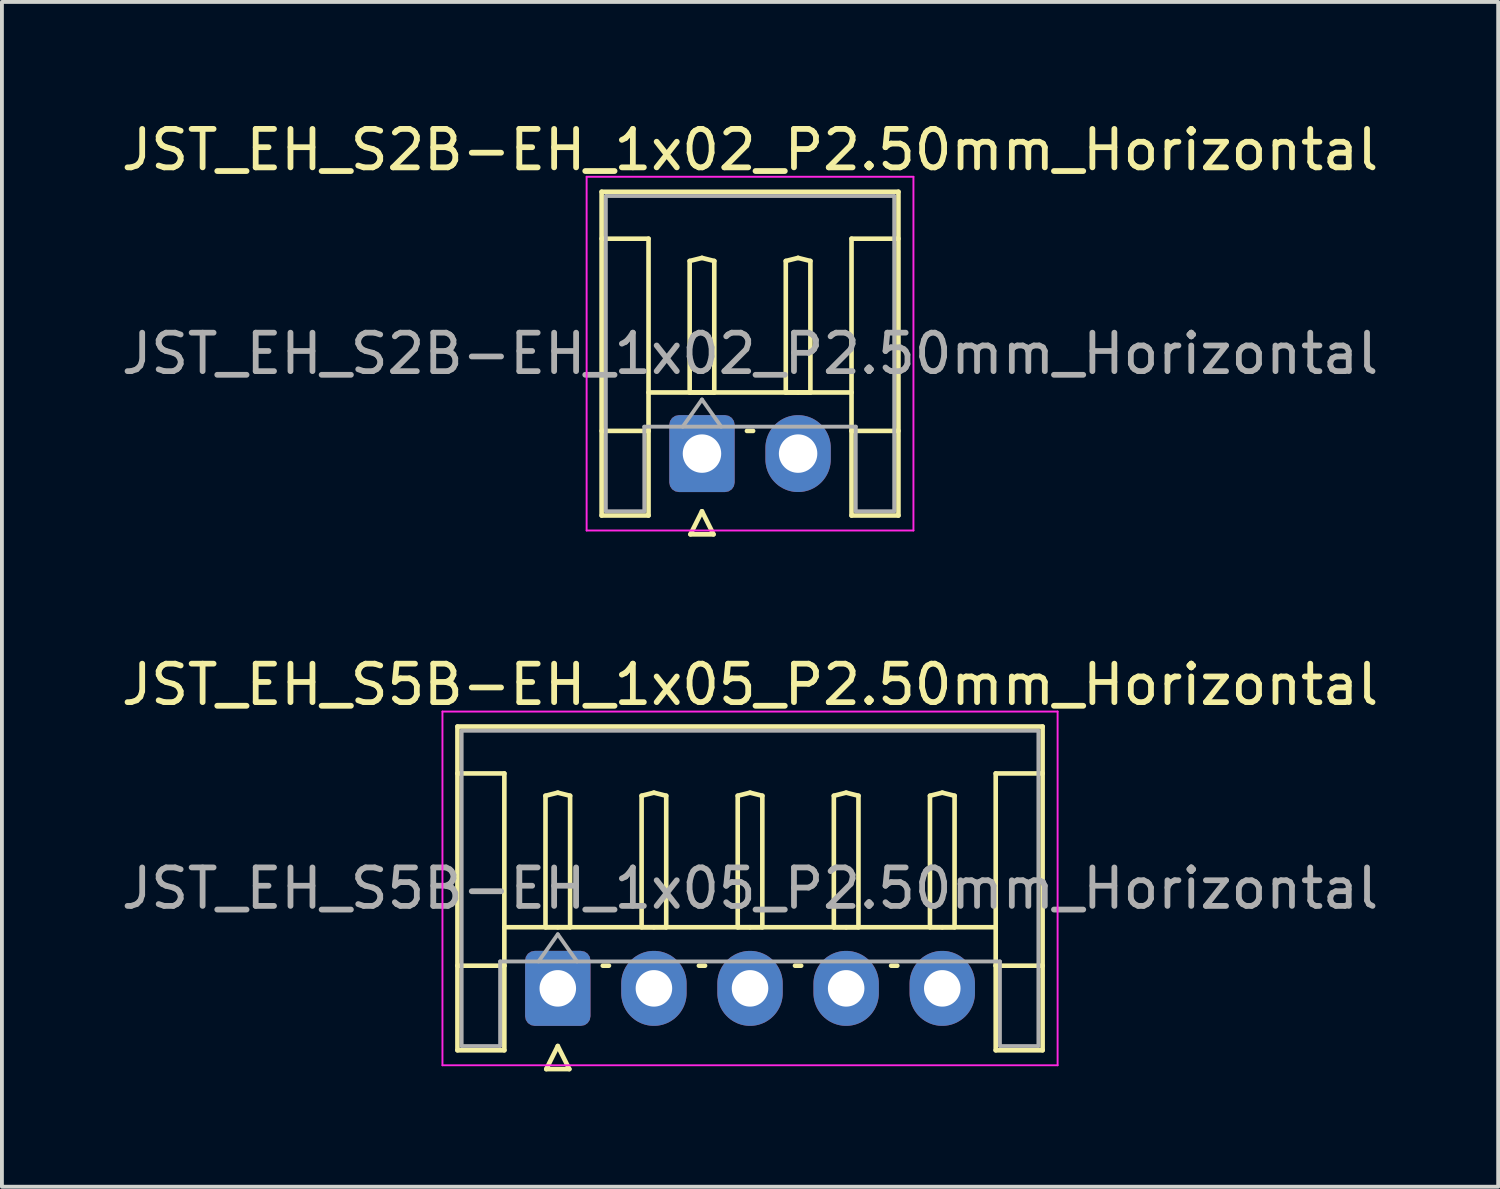
<source format=kicad_pcb>
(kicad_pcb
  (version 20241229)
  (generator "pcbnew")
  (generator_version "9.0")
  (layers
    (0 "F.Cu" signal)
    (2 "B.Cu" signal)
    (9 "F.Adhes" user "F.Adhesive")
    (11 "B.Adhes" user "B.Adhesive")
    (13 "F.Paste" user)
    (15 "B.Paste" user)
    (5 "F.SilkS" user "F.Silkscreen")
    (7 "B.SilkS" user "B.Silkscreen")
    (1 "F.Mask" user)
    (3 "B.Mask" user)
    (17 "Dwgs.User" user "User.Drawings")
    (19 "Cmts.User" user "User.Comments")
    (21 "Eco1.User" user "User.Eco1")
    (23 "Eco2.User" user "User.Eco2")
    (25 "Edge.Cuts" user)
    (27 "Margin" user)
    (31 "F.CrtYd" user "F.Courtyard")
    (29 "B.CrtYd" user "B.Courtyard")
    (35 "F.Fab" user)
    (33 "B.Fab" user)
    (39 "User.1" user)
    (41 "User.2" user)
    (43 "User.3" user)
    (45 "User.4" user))
  (footprint "JST_EH_S2B-EH_1x02_P2.50mm_Horizontal"
    (layer "F.Cu")
    (at 15.208 8.748)
    (property "Reference" "JST_EH_S2B-EH_1x02_P2.50mm_Horizontal" (at 1.25 -7.9 0) (layer "F.SilkS") (effects (font (size 1 1) (thickness 0.15))))
    (attr through_hole)
    (fp_line (start -2.61 -6.81) (end 5.11 -6.81) (stroke (width 0.12) (type solid)) (layer "F.SilkS"))
    (fp_line (start -2.61 -5.59) (end -1.39 -5.59) (stroke (width 0.12) (type solid)) (layer "F.SilkS"))
    (fp_line (start -2.61 1.61) (end -2.61 -6.81) (stroke (width 0.12) (type solid)) (layer "F.SilkS"))
    (fp_line (start -1.39 -5.59) (end -1.39 -0.59) (stroke (width 0.12) (type solid)) (layer "F.SilkS"))
    (fp_line (start -1.39 -1.59) (end 3.89 -1.59) (stroke (width 0.12) (type solid)) (layer "F.SilkS"))
    (fp_line (start -1.39 -0.59) (end -2.61 -0.59) (stroke (width 0.12) (type solid)) (layer "F.SilkS"))
    (fp_line (start -1.39 -0.59) (end -1.39 1.61) (stroke (width 0.12) (type solid)) (layer "F.SilkS"))
    (fp_line (start -1.39 1.61) (end -2.61 1.61) (stroke (width 0.12) (type solid)) (layer "F.SilkS"))
    (fp_line (start -0.32 -5.01) (end 0 -5.09) (stroke (width 0.12) (type solid)) (layer "F.SilkS"))
    (fp_line (start -0.32 -1.59) (end -0.32 -5.01) (stroke (width 0.12) (type solid)) (layer "F.SilkS"))
    (fp_line (start -0.3 2.1) (end 0.3 2.1) (stroke (width 0.12) (type solid)) (layer "F.SilkS"))
    (fp_line (start 0 -5.09) (end 0.32 -5.01) (stroke (width 0.12) (type solid)) (layer "F.SilkS"))
    (fp_line (start 0 -1.59) (end -0.32 -1.59) (stroke (width 0.12) (type solid)) (layer "F.SilkS"))
    (fp_line (start 0 1.5) (end -0.3 2.1) (stroke (width 0.12) (type solid)) (layer "F.SilkS"))
    (fp_line (start 0.3 2.1) (end 0 1.5) (stroke (width 0.12) (type solid)) (layer "F.SilkS"))
    (fp_line (start 0.32 -5.01) (end 0.32 -1.59) (stroke (width 0.12) (type solid)) (layer "F.SilkS"))
    (fp_line (start 0.32 -1.59) (end 0 -1.59) (stroke (width 0.12) (type solid)) (layer "F.SilkS"))
    (fp_line (start 1.17 -0.59) (end 1.33 -0.59) (stroke (width 0.12) (type solid)) (layer "F.SilkS"))
    (fp_line (start 2.18 -5.01) (end 2.5 -5.09) (stroke (width 0.12) (type solid)) (layer "F.SilkS"))
    (fp_line (start 2.18 -1.59) (end 2.18 -5.01) (stroke (width 0.12) (type solid)) (layer "F.SilkS"))
    (fp_line (start 2.5 -5.09) (end 2.82 -5.01) (stroke (width 0.12) (type solid)) (layer "F.SilkS"))
    (fp_line (start 2.5 -1.59) (end 2.18 -1.59) (stroke (width 0.12) (type solid)) (layer "F.SilkS"))
    (fp_line (start 2.82 -5.01) (end 2.82 -1.59) (stroke (width 0.12) (type solid)) (layer "F.SilkS"))
    (fp_line (start 2.82 -1.59) (end 2.5 -1.59) (stroke (width 0.12) (type solid)) (layer "F.SilkS"))
    (fp_line (start 3.89 -5.59) (end 3.89 -0.59) (stroke (width 0.12) (type solid)) (layer "F.SilkS"))
    (fp_line (start 3.89 -0.59) (end 5.11 -0.59) (stroke (width 0.12) (type solid)) (layer "F.SilkS"))
    (fp_line (start 3.89 1.61) (end 3.89 -0.59) (stroke (width 0.12) (type solid)) (layer "F.SilkS"))
    (fp_line (start 5.11 -6.81) (end 5.11 1.61) (stroke (width 0.12) (type solid)) (layer "F.SilkS"))
    (fp_line (start 5.11 -5.59) (end 3.89 -5.59) (stroke (width 0.12) (type solid)) (layer "F.SilkS"))
    (fp_line (start 5.11 1.61) (end 3.89 1.61) (stroke (width 0.12) (type solid)) (layer "F.SilkS"))
    (fp_line (start -3 -7.2) (end -3 2) (stroke (width 0.05) (type solid)) (layer "F.CrtYd"))
    (fp_line (start -3 2) (end 5.5 2) (stroke (width 0.05) (type solid)) (layer "F.CrtYd"))
    (fp_line (start 5.5 -7.2) (end -3 -7.2) (stroke (width 0.05) (type solid)) (layer "F.CrtYd"))
    (fp_line (start 5.5 2) (end 5.5 -7.2) (stroke (width 0.05) (type solid)) (layer "F.CrtYd"))
    (fp_line (start -2.5 -6.7) (end 5 -6.7) (stroke (width 0.1) (type solid)) (layer "F.Fab"))
    (fp_line (start -2.5 1.5) (end -2.5 -6.7) (stroke (width 0.1) (type solid)) (layer "F.Fab"))
    (fp_line (start -1.5 -0.7) (end -1.5 1.5) (stroke (width 0.1) (type solid)) (layer "F.Fab"))
    (fp_line (start -1.5 1.5) (end -2.5 1.5) (stroke (width 0.1) (type solid)) (layer "F.Fab"))
    (fp_line (start -0.5 -0.7) (end 0 -1.407) (stroke (width 0.1) (type solid)) (layer "F.Fab"))
    (fp_line (start 0 -1.407) (end 0.5 -0.7) (stroke (width 0.1) (type solid)) (layer "F.Fab"))
    (fp_line (start 4 -0.7) (end -1.5 -0.7) (stroke (width 0.1) (type solid)) (layer "F.Fab"))
    (fp_line (start 4 1.5) (end 4 -0.7) (stroke (width 0.1) (type solid)) (layer "F.Fab"))
    (fp_line (start 5 -6.7) (end 5 1.5) (stroke (width 0.1) (type solid)) (layer "F.Fab"))
    (fp_line (start 5 1.5) (end 4 1.5) (stroke (width 0.1) (type solid)) (layer "F.Fab"))
    (fp_text user "${REFERENCE}" (at 1.25 -2.6 0) (layer "F.Fab") (effects (font (size 1 1) (thickness 0.15))))
    (pad "1" thru_hole roundrect (at 0 0) (size 1.7 2) (drill 1) (layers "*.Cu" "*.Mask") (roundrect_rratio 0.147))
    (pad "2" thru_hole oval (at 2.5 0) (size 1.7 2) (drill 1) (layers "*.Cu" "*.Mask")))
  (footprint "JST_EH_S5B-EH_1x05_P2.50mm_Horizontal"
    (layer "F.Cu")
    (at 11.458 22.657)
    (property "Reference" "JST_EH_S5B-EH_1x05_P2.50mm_Horizontal" (at 5 -7.9 0) (layer "F.SilkS") (effects (font (size 1 1) (thickness 0.15))))
    (attr through_hole)
    (fp_line (start -2.61 -6.81) (end 12.61 -6.81) (stroke (width 0.12) (type solid)) (layer "F.SilkS"))
    (fp_line (start -2.61 -5.59) (end -1.39 -5.59) (stroke (width 0.12) (type solid)) (layer "F.SilkS"))
    (fp_line (start -2.61 1.61) (end -2.61 -6.81) (stroke (width 0.12) (type solid)) (layer "F.SilkS"))
    (fp_line (start -1.39 -5.59) (end -1.39 -0.59) (stroke (width 0.12) (type solid)) (layer "F.SilkS"))
    (fp_line (start -1.39 -1.59) (end 11.39 -1.59) (stroke (width 0.12) (type solid)) (layer "F.SilkS"))
    (fp_line (start -1.39 -0.59) (end -2.61 -0.59) (stroke (width 0.12) (type solid)) (layer "F.SilkS"))
    (fp_line (start -1.39 -0.59) (end -1.39 1.61) (stroke (width 0.12) (type solid)) (layer "F.SilkS"))
    (fp_line (start -1.39 1.61) (end -2.61 1.61) (stroke (width 0.12) (type solid)) (layer "F.SilkS"))
    (fp_line (start -0.32 -5.01) (end 0 -5.09) (stroke (width 0.12) (type solid)) (layer "F.SilkS"))
    (fp_line (start -0.32 -1.59) (end -0.32 -5.01) (stroke (width 0.12) (type solid)) (layer "F.SilkS"))
    (fp_line (start -0.3 2.1) (end 0.3 2.1) (stroke (width 0.12) (type solid)) (layer "F.SilkS"))
    (fp_line (start 0 -5.09) (end 0.32 -5.01) (stroke (width 0.12) (type solid)) (layer "F.SilkS"))
    (fp_line (start 0 -1.59) (end -0.32 -1.59) (stroke (width 0.12) (type solid)) (layer "F.SilkS"))
    (fp_line (start 0 1.5) (end -0.3 2.1) (stroke (width 0.12) (type solid)) (layer "F.SilkS"))
    (fp_line (start 0.3 2.1) (end 0 1.5) (stroke (width 0.12) (type solid)) (layer "F.SilkS"))
    (fp_line (start 0.32 -5.01) (end 0.32 -1.59) (stroke (width 0.12) (type solid)) (layer "F.SilkS"))
    (fp_line (start 0.32 -1.59) (end 0 -1.59) (stroke (width 0.12) (type solid)) (layer "F.SilkS"))
    (fp_line (start 1.17 -0.59) (end 1.33 -0.59) (stroke (width 0.12) (type solid)) (layer "F.SilkS"))
    (fp_line (start 2.18 -5.01) (end 2.5 -5.09) (stroke (width 0.12) (type solid)) (layer "F.SilkS"))
    (fp_line (start 2.18 -1.59) (end 2.18 -5.01) (stroke (width 0.12) (type solid)) (layer "F.SilkS"))
    (fp_line (start 2.5 -5.09) (end 2.82 -5.01) (stroke (width 0.12) (type solid)) (layer "F.SilkS"))
    (fp_line (start 2.5 -1.59) (end 2.18 -1.59) (stroke (width 0.12) (type solid)) (layer "F.SilkS"))
    (fp_line (start 2.82 -5.01) (end 2.82 -1.59) (stroke (width 0.12) (type solid)) (layer "F.SilkS"))
    (fp_line (start 2.82 -1.59) (end 2.5 -1.59) (stroke (width 0.12) (type solid)) (layer "F.SilkS"))
    (fp_line (start 3.67 -0.59) (end 3.83 -0.59) (stroke (width 0.12) (type solid)) (layer "F.SilkS"))
    (fp_line (start 4.68 -5.01) (end 5 -5.09) (stroke (width 0.12) (type solid)) (layer "F.SilkS"))
    (fp_line (start 4.68 -1.59) (end 4.68 -5.01) (stroke (width 0.12) (type solid)) (layer "F.SilkS"))
    (fp_line (start 5 -5.09) (end 5.32 -5.01) (stroke (width 0.12) (type solid)) (layer "F.SilkS"))
    (fp_line (start 5 -1.59) (end 4.68 -1.59) (stroke (width 0.12) (type solid)) (layer "F.SilkS"))
    (fp_line (start 5.32 -5.01) (end 5.32 -1.59) (stroke (width 0.12) (type solid)) (layer "F.SilkS"))
    (fp_line (start 5.32 -1.59) (end 5 -1.59) (stroke (width 0.12) (type solid)) (layer "F.SilkS"))
    (fp_line (start 6.17 -0.59) (end 6.33 -0.59) (stroke (width 0.12) (type solid)) (layer "F.SilkS"))
    (fp_line (start 7.18 -5.01) (end 7.5 -5.09) (stroke (width 0.12) (type solid)) (layer "F.SilkS"))
    (fp_line (start 7.18 -1.59) (end 7.18 -5.01) (stroke (width 0.12) (type solid)) (layer "F.SilkS"))
    (fp_line (start 7.5 -5.09) (end 7.82 -5.01) (stroke (width 0.12) (type solid)) (layer "F.SilkS"))
    (fp_line (start 7.5 -1.59) (end 7.18 -1.59) (stroke (width 0.12) (type solid)) (layer "F.SilkS"))
    (fp_line (start 7.82 -5.01) (end 7.82 -1.59) (stroke (width 0.12) (type solid)) (layer "F.SilkS"))
    (fp_line (start 7.82 -1.59) (end 7.5 -1.59) (stroke (width 0.12) (type solid)) (layer "F.SilkS"))
    (fp_line (start 8.67 -0.59) (end 8.83 -0.59) (stroke (width 0.12) (type solid)) (layer "F.SilkS"))
    (fp_line (start 9.68 -5.01) (end 10 -5.09) (stroke (width 0.12) (type solid)) (layer "F.SilkS"))
    (fp_line (start 9.68 -1.59) (end 9.68 -5.01) (stroke (width 0.12) (type solid)) (layer "F.SilkS"))
    (fp_line (start 10 -5.09) (end 10.32 -5.01) (stroke (width 0.12) (type solid)) (layer "F.SilkS"))
    (fp_line (start 10 -1.59) (end 9.68 -1.59) (stroke (width 0.12) (type solid)) (layer "F.SilkS"))
    (fp_line (start 10.32 -5.01) (end 10.32 -1.59) (stroke (width 0.12) (type solid)) (layer "F.SilkS"))
    (fp_line (start 10.32 -1.59) (end 10 -1.59) (stroke (width 0.12) (type solid)) (layer "F.SilkS"))
    (fp_line (start 11.39 -5.59) (end 11.39 -0.59) (stroke (width 0.12) (type solid)) (layer "F.SilkS"))
    (fp_line (start 11.39 -0.59) (end 12.61 -0.59) (stroke (width 0.12) (type solid)) (layer "F.SilkS"))
    (fp_line (start 11.39 1.61) (end 11.39 -0.59) (stroke (width 0.12) (type solid)) (layer "F.SilkS"))
    (fp_line (start 12.61 -6.81) (end 12.61 1.61) (stroke (width 0.12) (type solid)) (layer "F.SilkS"))
    (fp_line (start 12.61 -5.59) (end 11.39 -5.59) (stroke (width 0.12) (type solid)) (layer "F.SilkS"))
    (fp_line (start 12.61 1.61) (end 11.39 1.61) (stroke (width 0.12) (type solid)) (layer "F.SilkS"))
    (fp_line (start -3 -7.2) (end -3 2) (stroke (width 0.05) (type solid)) (layer "F.CrtYd"))
    (fp_line (start -3 2) (end 13 2) (stroke (width 0.05) (type solid)) (layer "F.CrtYd"))
    (fp_line (start 13 -7.2) (end -3 -7.2) (stroke (width 0.05) (type solid)) (layer "F.CrtYd"))
    (fp_line (start 13 2) (end 13 -7.2) (stroke (width 0.05) (type solid)) (layer "F.CrtYd"))
    (fp_line (start -2.5 -6.7) (end 12.5 -6.7) (stroke (width 0.1) (type solid)) (layer "F.Fab"))
    (fp_line (start -2.5 1.5) (end -2.5 -6.7) (stroke (width 0.1) (type solid)) (layer "F.Fab"))
    (fp_line (start -1.5 -0.7) (end -1.5 1.5) (stroke (width 0.1) (type solid)) (layer "F.Fab"))
    (fp_line (start -1.5 1.5) (end -2.5 1.5) (stroke (width 0.1) (type solid)) (layer "F.Fab"))
    (fp_line (start -0.5 -0.7) (end 0 -1.407) (stroke (width 0.1) (type solid)) (layer "F.Fab"))
    (fp_line (start 0 -1.407) (end 0.5 -0.7) (stroke (width 0.1) (type solid)) (layer "F.Fab"))
    (fp_line (start 11.5 -0.7) (end -1.5 -0.7) (stroke (width 0.1) (type solid)) (layer "F.Fab"))
    (fp_line (start 11.5 1.5) (end 11.5 -0.7) (stroke (width 0.1) (type solid)) (layer "F.Fab"))
    (fp_line (start 12.5 -6.7) (end 12.5 1.5) (stroke (width 0.1) (type solid)) (layer "F.Fab"))
    (fp_line (start 12.5 1.5) (end 11.5 1.5) (stroke (width 0.1) (type solid)) (layer "F.Fab"))
    (fp_text user "${REFERENCE}" (at 5 -2.6 0) (layer "F.Fab") (effects (font (size 1 1) (thickness 0.15))))
    (pad "1" thru_hole roundrect (at 0 0) (size 1.7 1.95) (drill 0.95) (layers "*.Cu" "*.Mask") (roundrect_rratio 0.147))
    (pad "2" thru_hole oval (at 2.5 0) (size 1.7 1.95) (drill 0.95) (layers "*.Cu" "*.Mask"))
    (pad "3" thru_hole oval (at 5 0) (size 1.7 1.95) (drill 0.95) (layers "*.Cu" "*.Mask"))
    (pad "4" thru_hole oval (at 7.5 0) (size 1.7 1.95) (drill 0.95) (layers "*.Cu" "*.Mask"))
    (pad "5" thru_hole oval (at 10 0) (size 1.7 1.95) (drill 0.95) (layers "*.Cu" "*.Mask")))
  (gr_rect
    (start -3 -3)
    (end 35.917 27.817)
    (stroke (width 0.1) (type default))
    (fill no)
    (layer "Edge.Cuts")))
</source>
